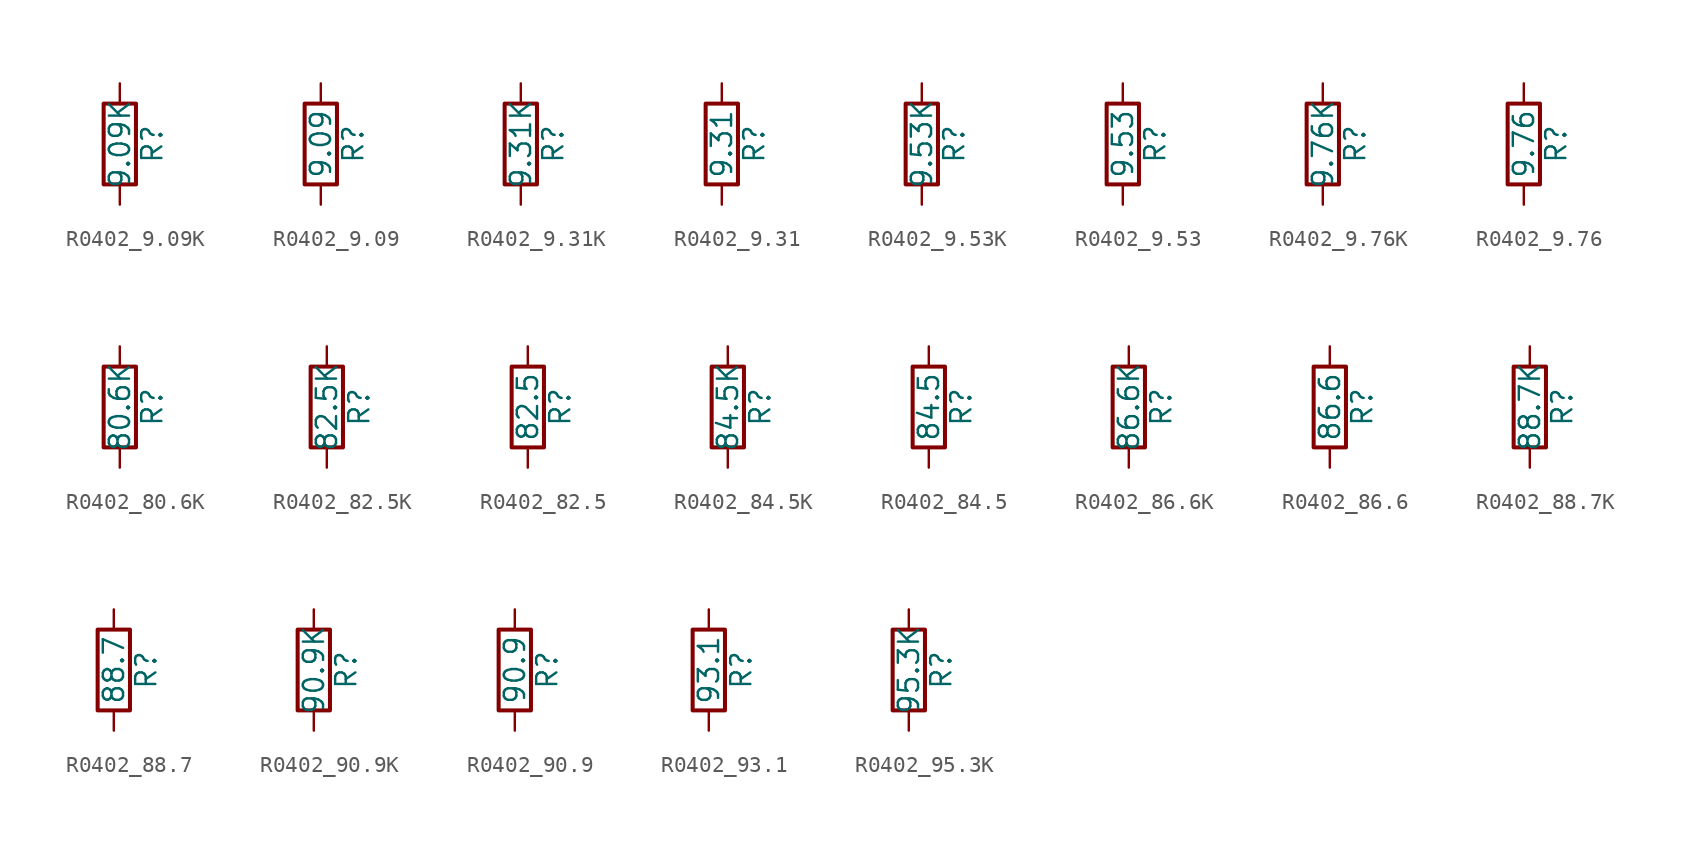
<source format=kicad_sym>
(kicad_symbol_lib
  (version 20211014)
  (generator atlantix-eda)
  (symbol "R0402_9.09K"
    (pin_numbers hide)
    (pin_names
      (offset 0))
    (property "Reference" "R"
      (at 2.032 0 90)
      (effects (font (size 1.27 1.27))))
    (property "Value" "9.09K"
      (at 0 0 90)
      (effects (font (size 1.27 1.27))))
    (symbol "R0402_9.09K_0_1"
      (rectangle (start -1.016 -2.54) (end 1.016 2.54) (stroke (width 0.254) (type default) (color 0 0 0 0)) (fill (type none))))
    (symbol "R0402_9.09K_1_1"
      (pin passive line (at 0 3.81 270) (length 1.27) (name "~" (effects (font (size 1.27 1.27)))) (number "1" (effects (font (size 1.27 1.27)))))
      (pin passive line (at 0 -3.81 90) (length 1.27) (name "~" (effects (font (size 1.27 1.27)))) (number "2" (effects (font (size 1.27 1.27)))))))
  (symbol "R0402_9.09"
    (pin_numbers hide)
    (pin_names
      (offset 0))
    (property "Reference" "R"
      (at 2.032 0 90)
      (effects (font (size 1.27 1.27))))
    (property "Value" "9.09"
      (at 0 0 90)
      (effects (font (size 1.27 1.27))))
    (symbol "R0402_9.09_0_1"
      (rectangle (start -1.016 -2.54) (end 1.016 2.54) (stroke (width 0.254) (type default) (color 0 0 0 0)) (fill (type none))))
    (symbol "R0402_9.09_1_1"
      (pin passive line (at 0 3.81 270) (length 1.27) (name "~" (effects (font (size 1.27 1.27)))) (number "1" (effects (font (size 1.27 1.27)))))
      (pin passive line (at 0 -3.81 90) (length 1.27) (name "~" (effects (font (size 1.27 1.27)))) (number "2" (effects (font (size 1.27 1.27)))))))
  (symbol "R0402_9.31K"
    (pin_numbers hide)
    (pin_names
      (offset 0))
    (property "Reference" "R"
      (at 2.032 0 90)
      (effects (font (size 1.27 1.27))))
    (property "Value" "9.31K"
      (at 0 0 90)
      (effects (font (size 1.27 1.27))))
    (symbol "R0402_9.31K_0_1"
      (rectangle (start -1.016 -2.54) (end 1.016 2.54) (stroke (width 0.254) (type default) (color 0 0 0 0)) (fill (type none))))
    (symbol "R0402_9.31K_1_1"
      (pin passive line (at 0 3.81 270) (length 1.27) (name "~" (effects (font (size 1.27 1.27)))) (number "1" (effects (font (size 1.27 1.27)))))
      (pin passive line (at 0 -3.81 90) (length 1.27) (name "~" (effects (font (size 1.27 1.27)))) (number "2" (effects (font (size 1.27 1.27)))))))
  (symbol "R0402_9.31"
    (pin_numbers hide)
    (pin_names
      (offset 0))
    (property "Reference" "R"
      (at 2.032 0 90)
      (effects (font (size 1.27 1.27))))
    (property "Value" "9.31"
      (at 0 0 90)
      (effects (font (size 1.27 1.27))))
    (symbol "R0402_9.31_0_1"
      (rectangle (start -1.016 -2.54) (end 1.016 2.54) (stroke (width 0.254) (type default) (color 0 0 0 0)) (fill (type none))))
    (symbol "R0402_9.31_1_1"
      (pin passive line (at 0 3.81 270) (length 1.27) (name "~" (effects (font (size 1.27 1.27)))) (number "1" (effects (font (size 1.27 1.27)))))
      (pin passive line (at 0 -3.81 90) (length 1.27) (name "~" (effects (font (size 1.27 1.27)))) (number "2" (effects (font (size 1.27 1.27)))))))
  (symbol "R0402_9.53K"
    (pin_numbers hide)
    (pin_names
      (offset 0))
    (property "Reference" "R"
      (at 2.032 0 90)
      (effects (font (size 1.27 1.27))))
    (property "Value" "9.53K"
      (at 0 0 90)
      (effects (font (size 1.27 1.27))))
    (symbol "R0402_9.53K_0_1"
      (rectangle (start -1.016 -2.54) (end 1.016 2.54) (stroke (width 0.254) (type default) (color 0 0 0 0)) (fill (type none))))
    (symbol "R0402_9.53K_1_1"
      (pin passive line (at 0 3.81 270) (length 1.27) (name "~" (effects (font (size 1.27 1.27)))) (number "1" (effects (font (size 1.27 1.27)))))
      (pin passive line (at 0 -3.81 90) (length 1.27) (name "~" (effects (font (size 1.27 1.27)))) (number "2" (effects (font (size 1.27 1.27)))))))
  (symbol "R0402_9.53"
    (pin_numbers hide)
    (pin_names
      (offset 0))
    (property "Reference" "R"
      (at 2.032 0 90)
      (effects (font (size 1.27 1.27))))
    (property "Value" "9.53"
      (at 0 0 90)
      (effects (font (size 1.27 1.27))))
    (symbol "R0402_9.53_0_1"
      (rectangle (start -1.016 -2.54) (end 1.016 2.54) (stroke (width 0.254) (type default) (color 0 0 0 0)) (fill (type none))))
    (symbol "R0402_9.53_1_1"
      (pin passive line (at 0 3.81 270) (length 1.27) (name "~" (effects (font (size 1.27 1.27)))) (number "1" (effects (font (size 1.27 1.27)))))
      (pin passive line (at 0 -3.81 90) (length 1.27) (name "~" (effects (font (size 1.27 1.27)))) (number "2" (effects (font (size 1.27 1.27)))))))
  (symbol "R0402_9.76K"
    (pin_numbers hide)
    (pin_names
      (offset 0))
    (property "Reference" "R"
      (at 2.032 0 90)
      (effects (font (size 1.27 1.27))))
    (property "Value" "9.76K"
      (at 0 0 90)
      (effects (font (size 1.27 1.27))))
    (symbol "R0402_9.76K_0_1"
      (rectangle (start -1.016 -2.54) (end 1.016 2.54) (stroke (width 0.254) (type default) (color 0 0 0 0)) (fill (type none))))
    (symbol "R0402_9.76K_1_1"
      (pin passive line (at 0 3.81 270) (length 1.27) (name "~" (effects (font (size 1.27 1.27)))) (number "1" (effects (font (size 1.27 1.27)))))
      (pin passive line (at 0 -3.81 90) (length 1.27) (name "~" (effects (font (size 1.27 1.27)))) (number "2" (effects (font (size 1.27 1.27)))))))
  (symbol "R0402_9.76"
    (pin_numbers hide)
    (pin_names
      (offset 0))
    (property "Reference" "R"
      (at 2.032 0 90)
      (effects (font (size 1.27 1.27))))
    (property "Value" "9.76"
      (at 0 0 90)
      (effects (font (size 1.27 1.27))))
    (symbol "R0402_9.76_0_1"
      (rectangle (start -1.016 -2.54) (end 1.016 2.54) (stroke (width 0.254) (type default) (color 0 0 0 0)) (fill (type none))))
    (symbol "R0402_9.76_1_1"
      (pin passive line (at 0 3.81 270) (length 1.27) (name "~" (effects (font (size 1.27 1.27)))) (number "1" (effects (font (size 1.27 1.27)))))
      (pin passive line (at 0 -3.81 90) (length 1.27) (name "~" (effects (font (size 1.27 1.27)))) (number "2" (effects (font (size 1.27 1.27)))))))
  (symbol "R0402_80.6K"
    (pin_numbers hide)
    (pin_names
      (offset 0))
    (property "Reference" "R"
      (at 2.032 0 90)
      (effects (font (size 1.27 1.27))))
    (property "Value" "80.6K"
      (at 0 0 90)
      (effects (font (size 1.27 1.27))))
    (symbol "R0402_80.6K_0_1"
      (rectangle (start -1.016 -2.54) (end 1.016 2.54) (stroke (width 0.254) (type default) (color 0 0 0 0)) (fill (type none))))
    (symbol "R0402_80.6K_1_1"
      (pin passive line (at 0 3.81 270) (length 1.27) (name "~" (effects (font (size 1.27 1.27)))) (number "1" (effects (font (size 1.27 1.27)))))
      (pin passive line (at 0 -3.81 90) (length 1.27) (name "~" (effects (font (size 1.27 1.27)))) (number "2" (effects (font (size 1.27 1.27)))))))
  (symbol "R0402_82.5K"
    (pin_numbers hide)
    (pin_names
      (offset 0))
    (property "Reference" "R"
      (at 2.032 0 90)
      (effects (font (size 1.27 1.27))))
    (property "Value" "82.5K"
      (at 0 0 90)
      (effects (font (size 1.27 1.27))))
    (symbol "R0402_82.5K_0_1"
      (rectangle (start -1.016 -2.54) (end 1.016 2.54) (stroke (width 0.254) (type default) (color 0 0 0 0)) (fill (type none))))
    (symbol "R0402_82.5K_1_1"
      (pin passive line (at 0 3.81 270) (length 1.27) (name "~" (effects (font (size 1.27 1.27)))) (number "1" (effects (font (size 1.27 1.27)))))
      (pin passive line (at 0 -3.81 90) (length 1.27) (name "~" (effects (font (size 1.27 1.27)))) (number "2" (effects (font (size 1.27 1.27)))))))
  (symbol "R0402_82.5"
    (pin_numbers hide)
    (pin_names
      (offset 0))
    (property "Reference" "R"
      (at 2.032 0 90)
      (effects (font (size 1.27 1.27))))
    (property "Value" "82.5"
      (at 0 0 90)
      (effects (font (size 1.27 1.27))))
    (symbol "R0402_82.5_0_1"
      (rectangle (start -1.016 -2.54) (end 1.016 2.54) (stroke (width 0.254) (type default) (color 0 0 0 0)) (fill (type none))))
    (symbol "R0402_82.5_1_1"
      (pin passive line (at 0 3.81 270) (length 1.27) (name "~" (effects (font (size 1.27 1.27)))) (number "1" (effects (font (size 1.27 1.27)))))
      (pin passive line (at 0 -3.81 90) (length 1.27) (name "~" (effects (font (size 1.27 1.27)))) (number "2" (effects (font (size 1.27 1.27)))))))
  (symbol "R0402_84.5K"
    (pin_numbers hide)
    (pin_names
      (offset 0))
    (property "Reference" "R"
      (at 2.032 0 90)
      (effects (font (size 1.27 1.27))))
    (property "Value" "84.5K"
      (at 0 0 90)
      (effects (font (size 1.27 1.27))))
    (symbol "R0402_84.5K_0_1"
      (rectangle (start -1.016 -2.54) (end 1.016 2.54) (stroke (width 0.254) (type default) (color 0 0 0 0)) (fill (type none))))
    (symbol "R0402_84.5K_1_1"
      (pin passive line (at 0 3.81 270) (length 1.27) (name "~" (effects (font (size 1.27 1.27)))) (number "1" (effects (font (size 1.27 1.27)))))
      (pin passive line (at 0 -3.81 90) (length 1.27) (name "~" (effects (font (size 1.27 1.27)))) (number "2" (effects (font (size 1.27 1.27)))))))
  (symbol "R0402_84.5"
    (pin_numbers hide)
    (pin_names
      (offset 0))
    (property "Reference" "R"
      (at 2.032 0 90)
      (effects (font (size 1.27 1.27))))
    (property "Value" "84.5"
      (at 0 0 90)
      (effects (font (size 1.27 1.27))))
    (symbol "R0402_84.5_0_1"
      (rectangle (start -1.016 -2.54) (end 1.016 2.54) (stroke (width 0.254) (type default) (color 0 0 0 0)) (fill (type none))))
    (symbol "R0402_84.5_1_1"
      (pin passive line (at 0 3.81 270) (length 1.27) (name "~" (effects (font (size 1.27 1.27)))) (number "1" (effects (font (size 1.27 1.27)))))
      (pin passive line (at 0 -3.81 90) (length 1.27) (name "~" (effects (font (size 1.27 1.27)))) (number "2" (effects (font (size 1.27 1.27)))))))
  (symbol "R0402_86.6K"
    (pin_numbers hide)
    (pin_names
      (offset 0))
    (property "Reference" "R"
      (at 2.032 0 90)
      (effects (font (size 1.27 1.27))))
    (property "Value" "86.6K"
      (at 0 0 90)
      (effects (font (size 1.27 1.27))))
    (symbol "R0402_86.6K_0_1"
      (rectangle (start -1.016 -2.54) (end 1.016 2.54) (stroke (width 0.254) (type default) (color 0 0 0 0)) (fill (type none))))
    (symbol "R0402_86.6K_1_1"
      (pin passive line (at 0 3.81 270) (length 1.27) (name "~" (effects (font (size 1.27 1.27)))) (number "1" (effects (font (size 1.27 1.27)))))
      (pin passive line (at 0 -3.81 90) (length 1.27) (name "~" (effects (font (size 1.27 1.27)))) (number "2" (effects (font (size 1.27 1.27)))))))
  (symbol "R0402_86.6"
    (pin_numbers hide)
    (pin_names
      (offset 0))
    (property "Reference" "R"
      (at 2.032 0 90)
      (effects (font (size 1.27 1.27))))
    (property "Value" "86.6"
      (at 0 0 90)
      (effects (font (size 1.27 1.27))))
    (symbol "R0402_86.6_0_1"
      (rectangle (start -1.016 -2.54) (end 1.016 2.54) (stroke (width 0.254) (type default) (color 0 0 0 0)) (fill (type none))))
    (symbol "R0402_86.6_1_1"
      (pin passive line (at 0 3.81 270) (length 1.27) (name "~" (effects (font (size 1.27 1.27)))) (number "1" (effects (font (size 1.27 1.27)))))
      (pin passive line (at 0 -3.81 90) (length 1.27) (name "~" (effects (font (size 1.27 1.27)))) (number "2" (effects (font (size 1.27 1.27)))))))
  (symbol "R0402_88.7K"
    (pin_numbers hide)
    (pin_names
      (offset 0))
    (property "Reference" "R"
      (at 2.032 0 90)
      (effects (font (size 1.27 1.27))))
    (property "Value" "88.7K"
      (at 0 0 90)
      (effects (font (size 1.27 1.27))))
    (symbol "R0402_88.7K_0_1"
      (rectangle (start -1.016 -2.54) (end 1.016 2.54) (stroke (width 0.254) (type default) (color 0 0 0 0)) (fill (type none))))
    (symbol "R0402_88.7K_1_1"
      (pin passive line (at 0 3.81 270) (length 1.27) (name "~" (effects (font (size 1.27 1.27)))) (number "1" (effects (font (size 1.27 1.27)))))
      (pin passive line (at 0 -3.81 90) (length 1.27) (name "~" (effects (font (size 1.27 1.27)))) (number "2" (effects (font (size 1.27 1.27)))))))
  (symbol "R0402_88.7"
    (pin_numbers hide)
    (pin_names
      (offset 0))
    (property "Reference" "R"
      (at 2.032 0 90)
      (effects (font (size 1.27 1.27))))
    (property "Value" "88.7"
      (at 0 0 90)
      (effects (font (size 1.27 1.27))))
    (symbol "R0402_88.7_0_1"
      (rectangle (start -1.016 -2.54) (end 1.016 2.54) (stroke (width 0.254) (type default) (color 0 0 0 0)) (fill (type none))))
    (symbol "R0402_88.7_1_1"
      (pin passive line (at 0 3.81 270) (length 1.27) (name "~" (effects (font (size 1.27 1.27)))) (number "1" (effects (font (size 1.27 1.27)))))
      (pin passive line (at 0 -3.81 90) (length 1.27) (name "~" (effects (font (size 1.27 1.27)))) (number "2" (effects (font (size 1.27 1.27)))))))
  (symbol "R0402_90.9K"
    (pin_numbers hide)
    (pin_names
      (offset 0))
    (property "Reference" "R"
      (at 2.032 0 90)
      (effects (font (size 1.27 1.27))))
    (property "Value" "90.9K"
      (at 0 0 90)
      (effects (font (size 1.27 1.27))))
    (symbol "R0402_90.9K_0_1"
      (rectangle (start -1.016 -2.54) (end 1.016 2.54) (stroke (width 0.254) (type default) (color 0 0 0 0)) (fill (type none))))
    (symbol "R0402_90.9K_1_1"
      (pin passive line (at 0 3.81 270) (length 1.27) (name "~" (effects (font (size 1.27 1.27)))) (number "1" (effects (font (size 1.27 1.27)))))
      (pin passive line (at 0 -3.81 90) (length 1.27) (name "~" (effects (font (size 1.27 1.27)))) (number "2" (effects (font (size 1.27 1.27)))))))
  (symbol "R0402_90.9"
    (pin_numbers hide)
    (pin_names
      (offset 0))
    (property "Reference" "R"
      (at 2.032 0 90)
      (effects (font (size 1.27 1.27))))
    (property "Value" "90.9"
      (at 0 0 90)
      (effects (font (size 1.27 1.27))))
    (symbol "R0402_90.9_0_1"
      (rectangle (start -1.016 -2.54) (end 1.016 2.54) (stroke (width 0.254) (type default) (color 0 0 0 0)) (fill (type none))))
    (symbol "R0402_90.9_1_1"
      (pin passive line (at 0 3.81 270) (length 1.27) (name "~" (effects (font (size 1.27 1.27)))) (number "1" (effects (font (size 1.27 1.27)))))
      (pin passive line (at 0 -3.81 90) (length 1.27) (name "~" (effects (font (size 1.27 1.27)))) (number "2" (effects (font (size 1.27 1.27)))))))
  (symbol "R0402_93.1"
    (pin_numbers hide)
    (pin_names
      (offset 0))
    (property "Reference" "R"
      (at 2.032 0 90)
      (effects (font (size 1.27 1.27))))
    (property "Value" "93.1"
      (at 0 0 90)
      (effects (font (size 1.27 1.27))))
    (symbol "R0402_93.1_0_1"
      (rectangle (start -1.016 -2.54) (end 1.016 2.54) (stroke (width 0.254) (type default) (color 0 0 0 0)) (fill (type none))))
    (symbol "R0402_93.1_1_1"
      (pin passive line (at 0 3.81 270) (length 1.27) (name "~" (effects (font (size 1.27 1.27)))) (number "1" (effects (font (size 1.27 1.27)))))
      (pin passive line (at 0 -3.81 90) (length 1.27) (name "~" (effects (font (size 1.27 1.27)))) (number "2" (effects (font (size 1.27 1.27)))))))
  (symbol "R0402_95.3K"
    (pin_numbers hide)
    (pin_names
      (offset 0))
    (property "Reference" "R"
      (at 2.032 0 90)
      (effects (font (size 1.27 1.27))))
    (property "Value" "95.3K"
      (at 0 0 90)
      (effects (font (size 1.27 1.27))))
    (symbol "R0402_95.3K_0_1"
      (rectangle (start -1.016 -2.54) (end 1.016 2.54) (stroke (width 0.254) (type default) (color 0 0 0 0)) (fill (type none))))
    (symbol "R0402_95.3K_1_1"
      (pin passive line (at 0 3.81 270) (length 1.27) (name "~" (effects (font (size 1.27 1.27)))) (number "1" (effects (font (size 1.27 1.27)))))
      (pin passive line (at 0 -3.81 90) (length 1.27) (name "~" (effects (font (size 1.27 1.27)))) (number "2" (effects (font (size 1.27 1.27))))))))
</source>
